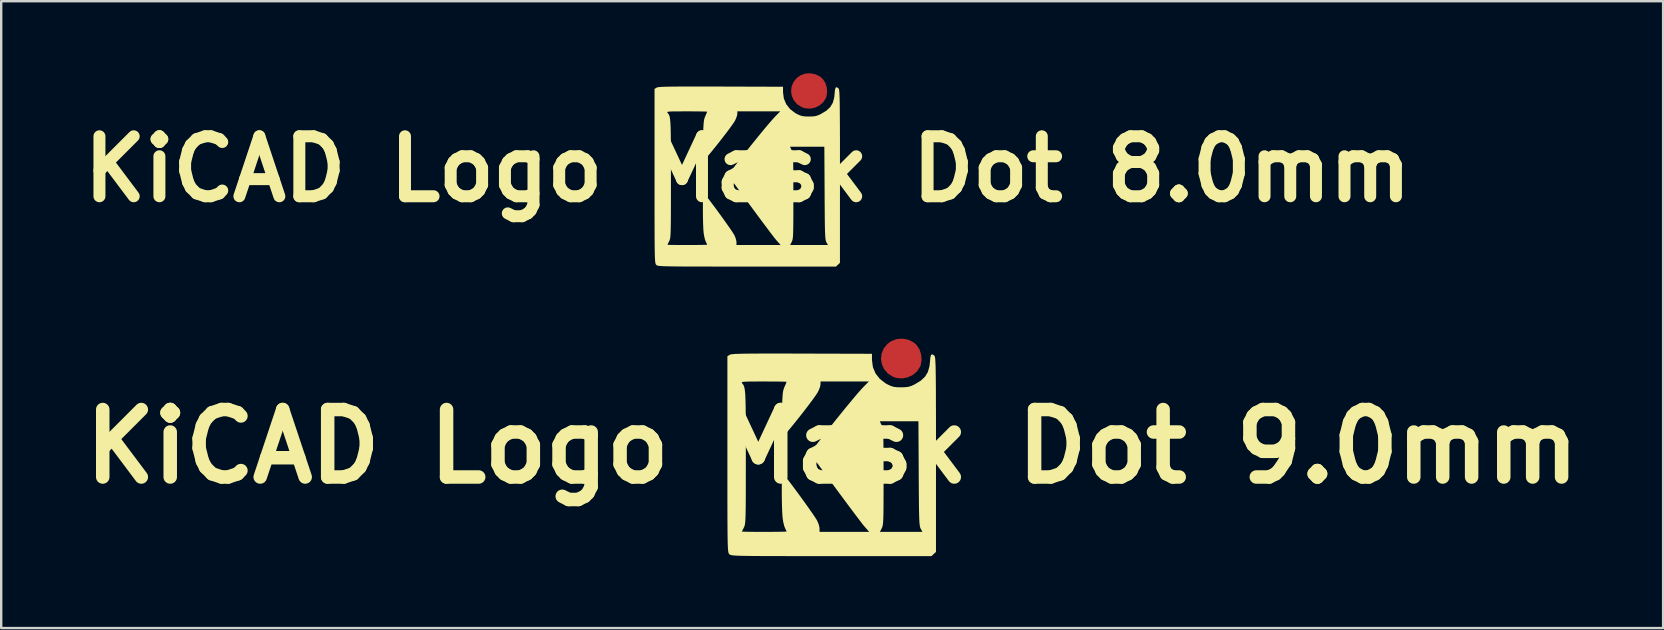
<source format=kicad_pcb>
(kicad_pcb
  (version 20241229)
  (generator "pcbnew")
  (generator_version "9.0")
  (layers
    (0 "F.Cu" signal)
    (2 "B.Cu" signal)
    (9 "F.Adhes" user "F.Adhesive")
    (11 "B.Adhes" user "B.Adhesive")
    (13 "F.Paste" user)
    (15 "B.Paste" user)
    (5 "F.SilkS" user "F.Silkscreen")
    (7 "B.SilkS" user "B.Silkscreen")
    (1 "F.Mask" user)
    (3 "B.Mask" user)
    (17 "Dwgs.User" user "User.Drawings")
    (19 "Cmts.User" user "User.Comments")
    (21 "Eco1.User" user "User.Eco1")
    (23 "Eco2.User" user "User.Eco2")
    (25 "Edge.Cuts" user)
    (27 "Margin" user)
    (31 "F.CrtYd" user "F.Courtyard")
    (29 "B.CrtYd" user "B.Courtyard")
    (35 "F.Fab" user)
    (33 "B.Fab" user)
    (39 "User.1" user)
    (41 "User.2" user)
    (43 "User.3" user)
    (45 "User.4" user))
  (footprint "KiCAD Logo Mask Dot 8.0mm"
    (layer "F.Cu")
    (at 28.107 3.998)
    (property "Reference" "KiCAD Logo Mask Dot 8.0mm" (at 0 0 180) (layer "F.SilkS") (effects (font (size 2.499 2.499) (thickness 0.499))))
    (attr board_only exclude_from_pos_files exclude_from_bom)
    (fp_poly (pts (xy 2.812 -3.957) (xy 3.006 -3.864) (xy 3.123 -3.765) (xy 3.233 -3.6) (xy 3.297 -3.401) (xy 3.312 -3.191) (xy 3.275 -2.995) (xy 3.265 -2.97) (xy 3.153 -2.791) (xy 2.992 -2.652) (xy 2.8 -2.56) (xy 2.591 -2.52) (xy 2.38 -2.538) (xy 2.254 -2.582) (xy 2.062 -2.705) (xy 1.924 -2.865) (xy 1.839 -3.05) (xy 1.808 -3.247) (xy 1.832 -3.446) (xy 1.912 -3.634) (xy 2.047 -3.8) (xy 2.185 -3.9) (xy 2.383 -3.978) (xy 2.598 -3.995)) (stroke (width 0) (type solid)) (fill yes) (layer "F.Cu"))
    (fp_poly (pts (xy 2.805 -3.959) (xy 2.998 -3.867) (xy 3.116 -3.767) (xy 3.225 -3.603) (xy 3.289 -3.403) (xy 3.305 -3.193) (xy 3.267 -2.997) (xy 3.257 -2.973) (xy 3.145 -2.793) (xy 2.985 -2.654) (xy 2.792 -2.562) (xy 2.583 -2.522) (xy 2.372 -2.54) (xy 2.246 -2.584) (xy 2.055 -2.707) (xy 1.916 -2.867) (xy 1.831 -3.052) (xy 1.8 -3.25) (xy 1.825 -3.448) (xy 1.904 -3.636) (xy 2.04 -3.802) (xy 2.177 -3.903) (xy 2.375 -3.98) (xy 2.591 -3.998)) (stroke (width 0) (type solid)) (fill yes) (layer "F.Mask"))
    (fp_poly (pts (xy -1.881 -3.442) (xy -1.418 -3.441) (xy -1.122 -3.441) (xy 1.473 -3.433) (xy 1.473 -3.207) (xy 1.507 -2.943) (xy 1.606 -2.707) (xy 1.766 -2.502) (xy 1.984 -2.336) (xy 2.056 -2.297) (xy 2.177 -2.241) (xy 2.284 -2.209) (xy 2.408 -2.195) (xy 2.552 -2.192) (xy 2.713 -2.196) (xy 2.834 -2.212) (xy 2.942 -2.247) (xy 3.051 -2.298) (xy 3.277 -2.433) (xy 3.439 -2.584) (xy 3.546 -2.762) (xy 3.606 -2.979) (xy 3.622 -3.135) (xy 3.637 -3.293) (xy 3.661 -3.385) (xy 3.698 -3.416) (xy 3.752 -3.391) (xy 3.789 -3.358) (xy 3.798 -3.343) (xy 3.806 -3.316) (xy 3.813 -3.272) (xy 3.82 -3.207) (xy 3.825 -3.118) (xy 3.83 -3) (xy 3.834 -2.848) (xy 3.837 -2.66) (xy 3.839 -2.43) (xy 3.841 -2.155) (xy 3.843 -1.83) (xy 3.844 -1.451) (xy 3.845 -1.015) (xy 3.845 -0.516) (xy 3.845 0.048) (xy 3.845 0.302) (xy 3.845 3.905) (xy 3.762 3.983) (xy 3.679 4.061) (xy -0.029 4.061) (xy -0.626 4.061) (xy -1.156 4.061) (xy -1.622 4.06) (xy -2.028 4.06) (xy -2.38 4.059) (xy -2.68 4.058) (xy -2.933 4.056) (xy -3.144 4.053) (xy -3.316 4.05) (xy -3.454 4.047) (xy -3.561 4.042) (xy -3.643 4.037) (xy -3.702 4.03) (xy -3.744 4.023) (xy -3.772 4.014) (xy -3.791 4.004) (xy -3.805 3.993) (xy -3.809 3.989) (xy -3.821 3.976) (xy -3.831 3.959) (xy -3.84 3.935) (xy -3.848 3.898) (xy -3.855 3.845) (xy -3.861 3.771) (xy -3.866 3.672) (xy -3.87 3.545) (xy -3.873 3.384) (xy -3.876 3.186) (xy -3.878 2.945) (xy -3.879 2.66) (xy -3.88 2.324) (xy -3.881 1.933) (xy -3.881 1.484) (xy -3.881 0.973) (xy -3.881 0.394) (xy -3.881 0.288) (xy -3.881 -2.364) (xy -3.35 -2.364) (xy -3.337 -2.345) (xy -3.31 -2.312) (xy -3.287 -2.277) (xy -3.268 -2.236) (xy -3.251 -2.182) (xy -3.238 -2.111) (xy -3.227 -2.017) (xy -3.218 -1.896) (xy -3.211 -1.741) (xy -3.206 -1.548) (xy -3.203 -1.312) (xy -3.2 -1.027) (xy -3.199 -0.688) (xy -3.199 -0.29) (xy -3.198 0.173) (xy -3.198 0.389) (xy -3.198 0.871) (xy -3.199 1.286) (xy -3.199 1.64) (xy -3.2 1.938) (xy -3.202 2.185) (xy -3.205 2.387) (xy -3.208 2.549) (xy -3.213 2.675) (xy -3.219 2.773) (xy -3.226 2.846) (xy -3.235 2.9) (xy -3.245 2.941) (xy -3.257 2.973) (xy -3.27 3.001) (xy -3.314 3.088) (xy -3.339 3.144) (xy -3.342 3.152) (xy -3.308 3.155) (xy -3.212 3.158) (xy -3.064 3.16) (xy -2.874 3.161) (xy -2.653 3.162) (xy -2.516 3.162) (xy -2.28 3.162) (xy -2.071 3.16) (xy -1.898 3.158) (xy -1.771 3.155) (xy -1.7 3.152) (xy -1.689 3.15) (xy -1.703 3.113) (xy -1.739 3.037) (xy -1.748 3.02) (xy -1.782 2.924) (xy -1.814 2.786) (xy -1.836 2.646) (xy -1.846 2.527) (xy -1.854 2.366) (xy -1.86 2.173) (xy -1.864 1.963) (xy -1.866 1.746) (xy -1.866 1.536) (xy -1.864 1.344) (xy -1.86 1.182) (xy -1.854 1.064) (xy -1.845 1.001) (xy -1.842 0.994) (xy -1.814 1.017) (xy -1.752 1.09) (xy -1.66 1.205) (xy -1.547 1.354) (xy -1.417 1.527) (xy -1.277 1.716) (xy -1.133 1.913) (xy -0.992 2.109) (xy -0.86 2.295) (xy -0.742 2.463) (xy -0.646 2.604) (xy -0.578 2.711) (xy -0.549 2.761) (xy -0.5 2.883) (xy -0.471 3.002) (xy -0.467 3.043) (xy -0.467 3.162) (xy 0.452 3.162) (xy 1.372 3.162) (xy 1.175 2.938) (xy 1.124 2.875) (xy 1.037 2.762) (xy 0.919 2.607) (xy 0.776 2.416) (xy 0.613 2.199) (xy 0.437 1.962) (xy 0.254 1.714) (xy 0.068 1.462) (xy -0.114 1.215) (xy -0.287 0.979) (xy -0.445 0.763) (xy -0.581 0.575) (xy -0.691 0.421) (xy -0.769 0.311) (xy -0.805 0.257) (xy -0.789 0.221) (xy -0.733 0.137) (xy -0.641 0.011) (xy -0.52 -0.149) (xy -0.376 -0.337) (xy -0.213 -0.545) (xy -0.038 -0.767) (xy 0.095 -0.934) (xy 1.764 -0.934) (xy 1.834 -0.782) (xy 1.85 -0.743) (xy 1.863 -0.7) (xy 1.874 -0.646) (xy 1.882 -0.574) (xy 1.889 -0.478) (xy 1.894 -0.352) (xy 1.898 -0.188) (xy 1.901 0.019) (xy 1.902 0.276) (xy 1.903 0.59) (xy 1.904 0.966) (xy 1.904 1.133) (xy 1.904 1.536) (xy 1.904 1.874) (xy 1.902 2.152) (xy 1.9 2.378) (xy 1.897 2.557) (xy 1.893 2.696) (xy 1.887 2.802) (xy 1.879 2.881) (xy 1.869 2.938) (xy 1.857 2.982) (xy 1.843 3.017) (xy 1.837 3.029) (xy 1.769 3.162) (xy 2.556 3.162) (xy 3.344 3.162) (xy 3.28 3.046) (xy 3.266 3.015) (xy 3.254 2.976) (xy 3.244 2.922) (xy 3.236 2.848) (xy 3.229 2.746) (xy 3.224 2.612) (xy 3.219 2.44) (xy 3.215 2.222) (xy 3.212 1.954) (xy 3.21 1.629) (xy 3.207 1.242) (xy 3.206 0.997) (xy 3.195 -0.934) (xy 2.48 -0.934) (xy 1.764 -0.934) (xy 0.095 -0.934) (xy 0.144 -0.996) (xy 0.328 -1.224) (xy 0.508 -1.446) (xy 0.679 -1.653) (xy 0.835 -1.839) (xy 0.97 -1.997) (xy 1.079 -2.12) (xy 1.137 -2.182) (xy 1.357 -2.408) (xy 0.463 -2.408) (xy -0.431 -2.408) (xy -0.431 -2.304) (xy -0.448 -2.215) (xy -0.492 -2.096) (xy -0.53 -2.016) (xy -0.58 -1.936) (xy -0.663 -1.817) (xy -0.772 -1.667) (xy -0.901 -1.496) (xy -1.043 -1.312) (xy -1.191 -1.122) (xy -1.339 -0.936) (xy -1.48 -0.762) (xy -1.607 -0.608) (xy -1.714 -0.483) (xy -1.793 -0.395) (xy -1.839 -0.353) (xy -1.847 -0.351) (xy -1.855 -0.391) (xy -1.861 -0.493) (xy -1.865 -0.648) (xy -1.866 -0.846) (xy -1.863 -1.078) (xy -1.861 -1.201) (xy -1.855 -1.472) (xy -1.848 -1.682) (xy -1.84 -1.841) (xy -1.83 -1.96) (xy -1.817 -2.05) (xy -1.799 -2.121) (xy -1.776 -2.184) (xy -1.766 -2.207) (xy -1.723 -2.307) (xy -1.695 -2.376) (xy -1.689 -2.394) (xy -1.723 -2.398) (xy -1.82 -2.401) (xy -1.968 -2.404) (xy -2.158 -2.406) (xy -2.381 -2.408) (xy -2.539 -2.408) (xy -2.807 -2.407) (xy -3.011 -2.406) (xy -3.159 -2.404) (xy -3.259 -2.399) (xy -3.319 -2.391) (xy -3.346 -2.38) (xy -3.35 -2.364) (xy -3.881 -2.364) (xy -3.881 -3.34) (xy -3.799 -3.394) (xy -3.776 -3.404) (xy -3.737 -3.413) (xy -3.678 -3.421) (xy -3.593 -3.427) (xy -3.478 -3.432) (xy -3.328 -3.436) (xy -3.138 -3.439) (xy -2.903 -3.441) (xy -2.618 -3.442) (xy -2.279 -3.443)) (stroke (width 0) (type solid)) (fill yes) (layer "F.SilkS")))
  (footprint "KiCAD Logo Mask Dot 9.0mm"
    (layer "F.Cu")
    (at 31.628 15.556)
    (property "Reference" "KiCAD Logo Mask Dot 9.0mm" (at 0 0 180) (layer "F.SilkS") (effects (font (size 2.812 2.812) (thickness 0.562))))
    (attr board_only exclude_from_pos_files exclude_from_bom)
    (fp_poly (pts (xy 3.164 -4.451) (xy 3.382 -4.347) (xy 3.514 -4.236) (xy 3.637 -4.05) (xy 3.709 -3.826) (xy 3.727 -3.59) (xy 3.684 -3.369) (xy 3.673 -3.342) (xy 3.547 -3.14) (xy 3.366 -2.984) (xy 3.15 -2.88) (xy 2.914 -2.835) (xy 2.677 -2.855) (xy 2.535 -2.904) (xy 2.32 -3.043) (xy 2.164 -3.223) (xy 2.069 -3.431) (xy 2.034 -3.653) (xy 2.061 -3.877) (xy 2.151 -4.089) (xy 2.303 -4.275) (xy 2.458 -4.388) (xy 2.681 -4.475) (xy 2.923 -4.495)) (stroke (width 0) (type solid)) (fill yes) (layer "F.Cu"))
    (fp_poly (pts (xy 3.155 -4.454) (xy 3.373 -4.35) (xy 3.505 -4.238) (xy 3.628 -4.053) (xy 3.7 -3.828) (xy 3.718 -3.592) (xy 3.675 -3.372) (xy 3.664 -3.344) (xy 3.538 -3.142) (xy 3.358 -2.986) (xy 3.141 -2.882) (xy 2.906 -2.837) (xy 2.668 -2.858) (xy 2.527 -2.907) (xy 2.311 -3.045) (xy 2.156 -3.225) (xy 2.06 -3.433) (xy 2.026 -3.656) (xy 2.053 -3.88) (xy 2.142 -4.091) (xy 2.294 -4.277) (xy 2.449 -4.39) (xy 2.672 -4.477) (xy 2.914 -4.497)) (stroke (width 0) (type solid)) (fill yes) (layer "F.Mask"))
    (fp_poly (pts (xy -2.116 -3.873) (xy -1.595 -3.872) (xy -1.262 -3.871) (xy 1.658 -3.863) (xy 1.658 -3.608) (xy 1.696 -3.311) (xy 1.807 -3.045) (xy 1.987 -2.815) (xy 2.232 -2.628) (xy 2.313 -2.584) (xy 2.449 -2.521) (xy 2.57 -2.485) (xy 2.709 -2.469) (xy 2.87 -2.466) (xy 3.053 -2.471) (xy 3.188 -2.489) (xy 3.31 -2.528) (xy 3.432 -2.585) (xy 3.687 -2.738) (xy 3.869 -2.907) (xy 3.99 -3.107) (xy 4.057 -3.352) (xy 4.075 -3.527) (xy 4.092 -3.705) (xy 4.118 -3.808) (xy 4.16 -3.842) (xy 4.221 -3.815) (xy 4.262 -3.777) (xy 4.273 -3.761) (xy 4.282 -3.73) (xy 4.29 -3.681) (xy 4.297 -3.608) (xy 4.303 -3.508) (xy 4.309 -3.375) (xy 4.313 -3.204) (xy 4.316 -2.992) (xy 4.319 -2.734) (xy 4.322 -2.424) (xy 4.323 -2.058) (xy 4.324 -1.633) (xy 4.325 -1.142) (xy 4.326 -0.581) (xy 4.326 0.054) (xy 4.326 0.339) (xy 4.326 4.393) (xy 4.232 4.481) (xy 4.139 4.568) (xy -0.033 4.568) (xy -0.705 4.568) (xy -1.3 4.568) (xy -1.825 4.568) (xy -2.282 4.567) (xy -2.677 4.566) (xy -3.015 4.565) (xy -3.3 4.563) (xy -3.537 4.56) (xy -3.731 4.557) (xy -3.886 4.553) (xy -4.007 4.547) (xy -4.098 4.541) (xy -4.165 4.534) (xy -4.212 4.526) (xy -4.244 4.516) (xy -4.265 4.505) (xy -4.28 4.492) (xy -4.285 4.488) (xy -4.299 4.473) (xy -4.31 4.454) (xy -4.32 4.427) (xy -4.329 4.385) (xy -4.337 4.325) (xy -4.344 4.242) (xy -4.349 4.132) (xy -4.354 3.988) (xy -4.357 3.807) (xy -4.36 3.584) (xy -4.362 3.314) (xy -4.364 2.992) (xy -4.365 2.614) (xy -4.366 2.175) (xy -4.366 1.67) (xy -4.366 1.095) (xy -4.366 0.444) (xy -4.366 0.324) (xy -4.366 -2.66) (xy -3.768 -2.66) (xy -3.754 -2.638) (xy -3.724 -2.601) (xy -3.698 -2.562) (xy -3.676 -2.515) (xy -3.658 -2.455) (xy -3.643 -2.375) (xy -3.63 -2.269) (xy -3.62 -2.133) (xy -3.613 -1.959) (xy -3.607 -1.742) (xy -3.603 -1.476) (xy -3.601 -1.155) (xy -3.599 -0.774) (xy -3.598 -0.326) (xy -3.598 0.195) (xy -3.598 0.438) (xy -3.598 0.98) (xy -3.599 1.447) (xy -3.599 1.845) (xy -3.6 2.18) (xy -3.602 2.458) (xy -3.605 2.685) (xy -3.609 2.867) (xy -3.614 3.01) (xy -3.621 3.119) (xy -3.629 3.202) (xy -3.639 3.263) (xy -3.651 3.309) (xy -3.664 3.345) (xy -3.679 3.376) (xy -3.728 3.474) (xy -3.757 3.537) (xy -3.76 3.546) (xy -3.721 3.549) (xy -3.613 3.552) (xy -3.447 3.555) (xy -3.233 3.557) (xy -2.984 3.558) (xy -2.83 3.558) (xy -2.566 3.557) (xy -2.33 3.556) (xy -2.136 3.553) (xy -1.993 3.55) (xy -1.913 3.546) (xy -1.9 3.544) (xy -1.916 3.502) (xy -1.956 3.417) (xy -1.966 3.398) (xy -2.004 3.289) (xy -2.041 3.135) (xy -2.065 2.977) (xy -2.076 2.843) (xy -2.085 2.661) (xy -2.092 2.445) (xy -2.097 2.208) (xy -2.099 1.964) (xy -2.1 1.728) (xy -2.097 1.512) (xy -2.093 1.33) (xy -2.086 1.197) (xy -2.076 1.126) (xy -2.072 1.118) (xy -2.041 1.144) (xy -1.971 1.227) (xy -1.868 1.356) (xy -1.74 1.523) (xy -1.594 1.718) (xy -1.436 1.931) (xy -1.275 2.152) (xy -1.116 2.372) (xy -0.967 2.582) (xy -0.835 2.771) (xy -0.727 2.93) (xy -0.65 3.05) (xy -0.618 3.107) (xy -0.562 3.244) (xy -0.529 3.377) (xy -0.526 3.423) (xy -0.526 3.558) (xy 0.509 3.558) (xy 1.543 3.558) (xy 1.322 3.305) (xy 1.265 3.235) (xy 1.167 3.107) (xy 1.034 2.932) (xy 0.873 2.718) (xy 0.69 2.474) (xy 0.492 2.207) (xy 0.285 1.928) (xy 0.076 1.645) (xy -0.129 1.367) (xy -0.323 1.102) (xy -0.5 0.859) (xy -0.654 0.647) (xy -0.778 0.474) (xy -0.865 0.35) (xy -0.906 0.289) (xy -0.888 0.249) (xy -0.824 0.154) (xy -0.721 0.013) (xy -0.585 -0.168) (xy -0.423 -0.379) (xy -0.24 -0.613) (xy -0.043 -0.863) (xy 0.107 -1.051) (xy 1.985 -1.051) (xy 2.063 -0.879) (xy 2.081 -0.836) (xy 2.096 -0.788) (xy 2.108 -0.727) (xy 2.118 -0.646) (xy 2.125 -0.538) (xy 2.131 -0.396) (xy 2.135 -0.212) (xy 2.138 0.022) (xy 2.14 0.311) (xy 2.141 0.664) (xy 2.142 1.087) (xy 2.142 1.275) (xy 2.142 1.728) (xy 2.141 2.108) (xy 2.14 2.421) (xy 2.138 2.675) (xy 2.135 2.877) (xy 2.13 3.033) (xy 2.123 3.152) (xy 2.114 3.241) (xy 2.103 3.306) (xy 2.089 3.354) (xy 2.073 3.394) (xy 2.066 3.408) (xy 1.99 3.558) (xy 2.876 3.558) (xy 3.762 3.558) (xy 3.69 3.426) (xy 3.674 3.392) (xy 3.661 3.348) (xy 3.65 3.288) (xy 3.64 3.204) (xy 3.633 3.09) (xy 3.626 2.939) (xy 3.621 2.745) (xy 3.617 2.5) (xy 3.614 2.198) (xy 3.611 1.833) (xy 3.608 1.397) (xy 3.607 1.122) (xy 3.595 -1.051) (xy 2.79 -1.051) (xy 1.985 -1.051) (xy 0.107 -1.051) (xy 0.162 -1.12) (xy 0.369 -1.377) (xy 0.572 -1.626) (xy 0.764 -1.859) (xy 0.939 -2.069) (xy 1.091 -2.247) (xy 1.214 -2.385) (xy 1.279 -2.455) (xy 1.527 -2.709) (xy 0.521 -2.709) (xy -0.485 -2.709) (xy -0.485 -2.592) (xy -0.504 -2.491) (xy -0.553 -2.358) (xy -0.596 -2.268) (xy -0.652 -2.178) (xy -0.746 -2.044) (xy -0.869 -1.876) (xy -1.014 -1.683) (xy -1.173 -1.475) (xy -1.34 -1.262) (xy -1.506 -1.053) (xy -1.665 -0.857) (xy -1.808 -0.684) (xy -1.928 -0.543) (xy -2.017 -0.444) (xy -2.069 -0.397) (xy -2.078 -0.395) (xy -2.087 -0.44) (xy -2.094 -0.555) (xy -2.098 -0.729) (xy -2.099 -0.952) (xy -2.096 -1.213) (xy -2.094 -1.351) (xy -2.086 -1.656) (xy -2.079 -1.892) (xy -2.07 -2.071) (xy -2.059 -2.205) (xy -2.044 -2.306) (xy -2.024 -2.386) (xy -1.998 -2.457) (xy -1.987 -2.483) (xy -1.938 -2.595) (xy -1.907 -2.673) (xy -1.9 -2.694) (xy -1.939 -2.698) (xy -2.047 -2.702) (xy -2.214 -2.705) (xy -2.428 -2.707) (xy -2.679 -2.708) (xy -2.856 -2.709) (xy -3.158 -2.708) (xy -3.388 -2.707) (xy -3.554 -2.704) (xy -3.667 -2.698) (xy -3.734 -2.69) (xy -3.765 -2.677) (xy -3.768 -2.66) (xy -4.366 -2.66) (xy -4.366 -3.758) (xy -4.274 -3.818) (xy -4.248 -3.83) (xy -4.204 -3.84) (xy -4.138 -3.849) (xy -4.042 -3.856) (xy -3.913 -3.861) (xy -3.744 -3.866) (xy -3.53 -3.869) (xy -3.266 -3.871) (xy -2.945 -3.873) (xy -2.564 -3.873)) (stroke (width 0) (type solid)) (fill yes) (layer "F.SilkS")))
  (gr_rect
    (start -3 -3)
    (end 66.255 23.124)
    (stroke (width 0.1) (type default))
    (fill no)
    (layer "Edge.Cuts")))
</source>
